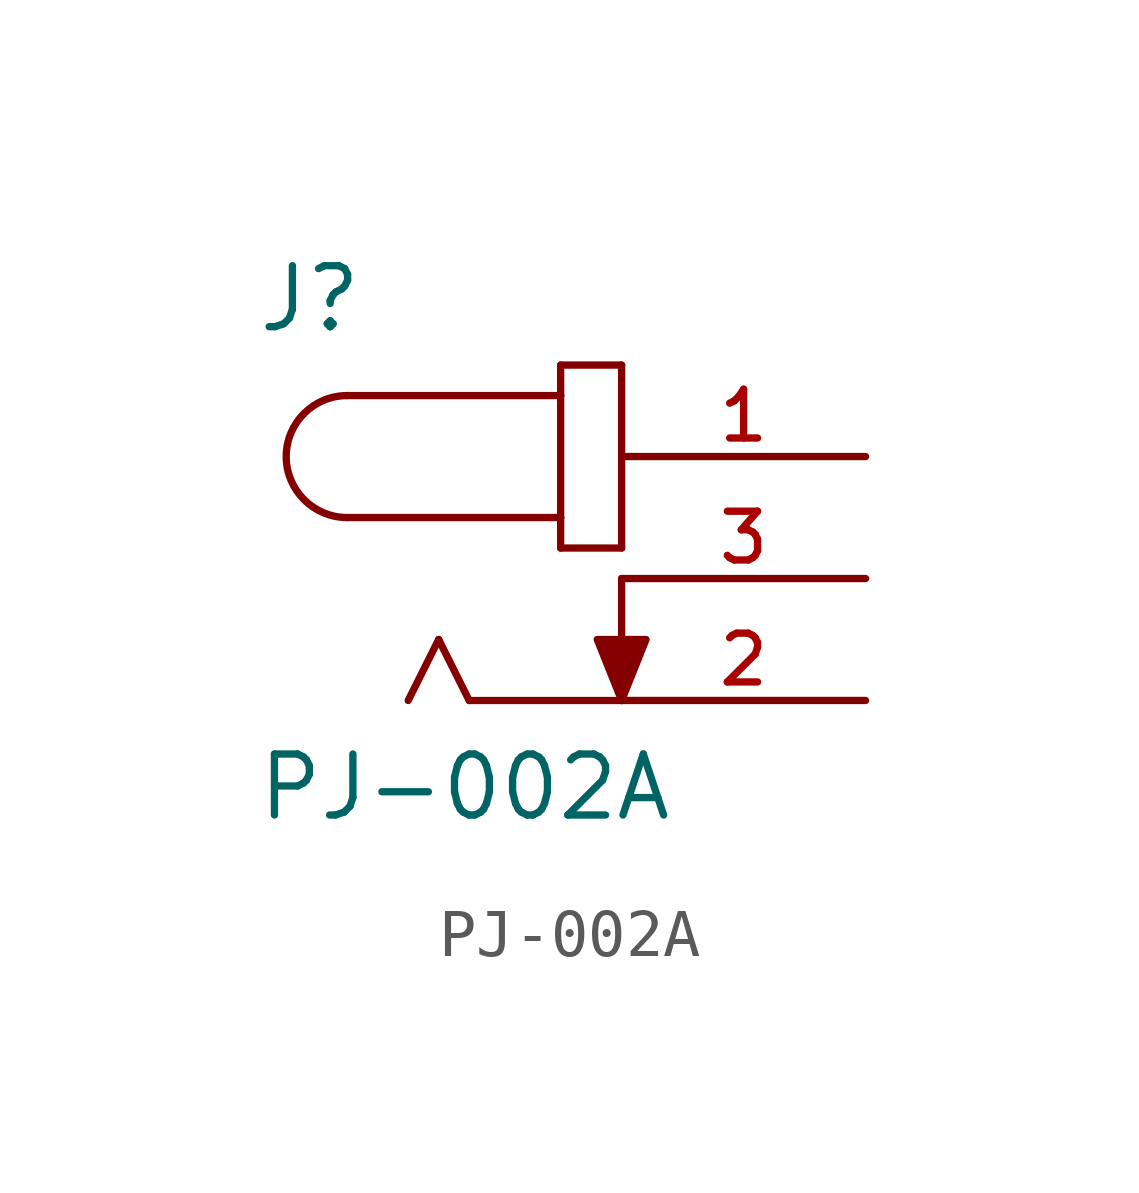
<source format=kicad_sym>
(kicad_symbol_lib
  (version 20231120)
  (generator "kicad_symbol_editor")
  (generator_version "8.0")
  (symbol "PJ-002A"
    (pin_names
      (offset 1.016))
    (property "Reference" "J"
      (at -7.621 5.081 0)
      (effects (font (size 1.27 1.27)) (justify left bottom)))
    (property "Value" "PJ-002A"
      (at -7.632 -5.088 0)
      (effects (font (size 1.27 1.27)) (justify left bottom)))
    (symbol "PJ-002A_0_0"
      (arc (start -5.715 3.81) (mid -6.9794 2.54) (end -5.715 1.27) (stroke (width 0.1524) (type default)) (fill (type none)))
      (polyline (pts (xy -5.715 3.81) (xy -1.27 3.81)) (stroke (width 0.152) (type default)) (fill (type none)))
      (polyline (pts (xy -3.81 -1.27) (xy -4.445 -2.54)) (stroke (width 0.152) (type default)) (fill (type none)))
      (polyline (pts (xy -3.175 -2.54) (xy -3.81 -1.27)) (stroke (width 0.152) (type default)) (fill (type none)))
      (polyline (pts (xy -1.27 0.635) (xy 0 0.635)) (stroke (width 0.152) (type default)) (fill (type none)))
      (polyline (pts (xy -1.27 1.27) (xy -5.715 1.27)) (stroke (width 0.152) (type default)) (fill (type none)))
      (polyline (pts (xy -1.27 1.27) (xy -1.27 0.635)) (stroke (width 0.152) (type default)) (fill (type none)))
      (polyline (pts (xy -1.27 3.81) (xy -1.27 1.27)) (stroke (width 0.152) (type default)) (fill (type none)))
      (polyline (pts (xy -1.27 4.445) (xy -1.27 3.81)) (stroke (width 0.152) (type default)) (fill (type none)))
      (polyline (pts (xy 0 -2.54) (xy -3.175 -2.54)) (stroke (width 0.152) (type default)) (fill (type none)))
      (polyline (pts (xy 0 0) (xy 0 -2.54)) (stroke (width 0.152) (type default)) (fill (type none)))
      (polyline (pts (xy 0 0.635) (xy 0 4.445)) (stroke (width 0.152) (type default)) (fill (type none)))
      (polyline (pts (xy 0 4.445) (xy -1.27 4.445)) (stroke (width 0.152) (type default)) (fill (type none)))
      (polyline (pts (xy 0 -2.54) (xy -0.508 -1.27) (xy 0.508 -1.27) (xy 0 -2.54)) (stroke (width 0.152) (type default)) (fill (type outline)))
      (pin passive line (at 5.08 2.54 180) (length 5.08) (name "~" (effects (font (size 1.016 1.016)))) (number "1" (effects (font (size 1.016 1.016)))))
      (pin passive line (at 5.08 -2.54 180) (length 5.08) (name "~" (effects (font (size 1.016 1.016)))) (number "2" (effects (font (size 1.016 1.016)))))
      (pin passive line (at 5.08 0 180) (length 5.08) (name "~" (effects (font (size 1.016 1.016)))) (number "3" (effects (font (size 1.016 1.016))))))))
</source>
